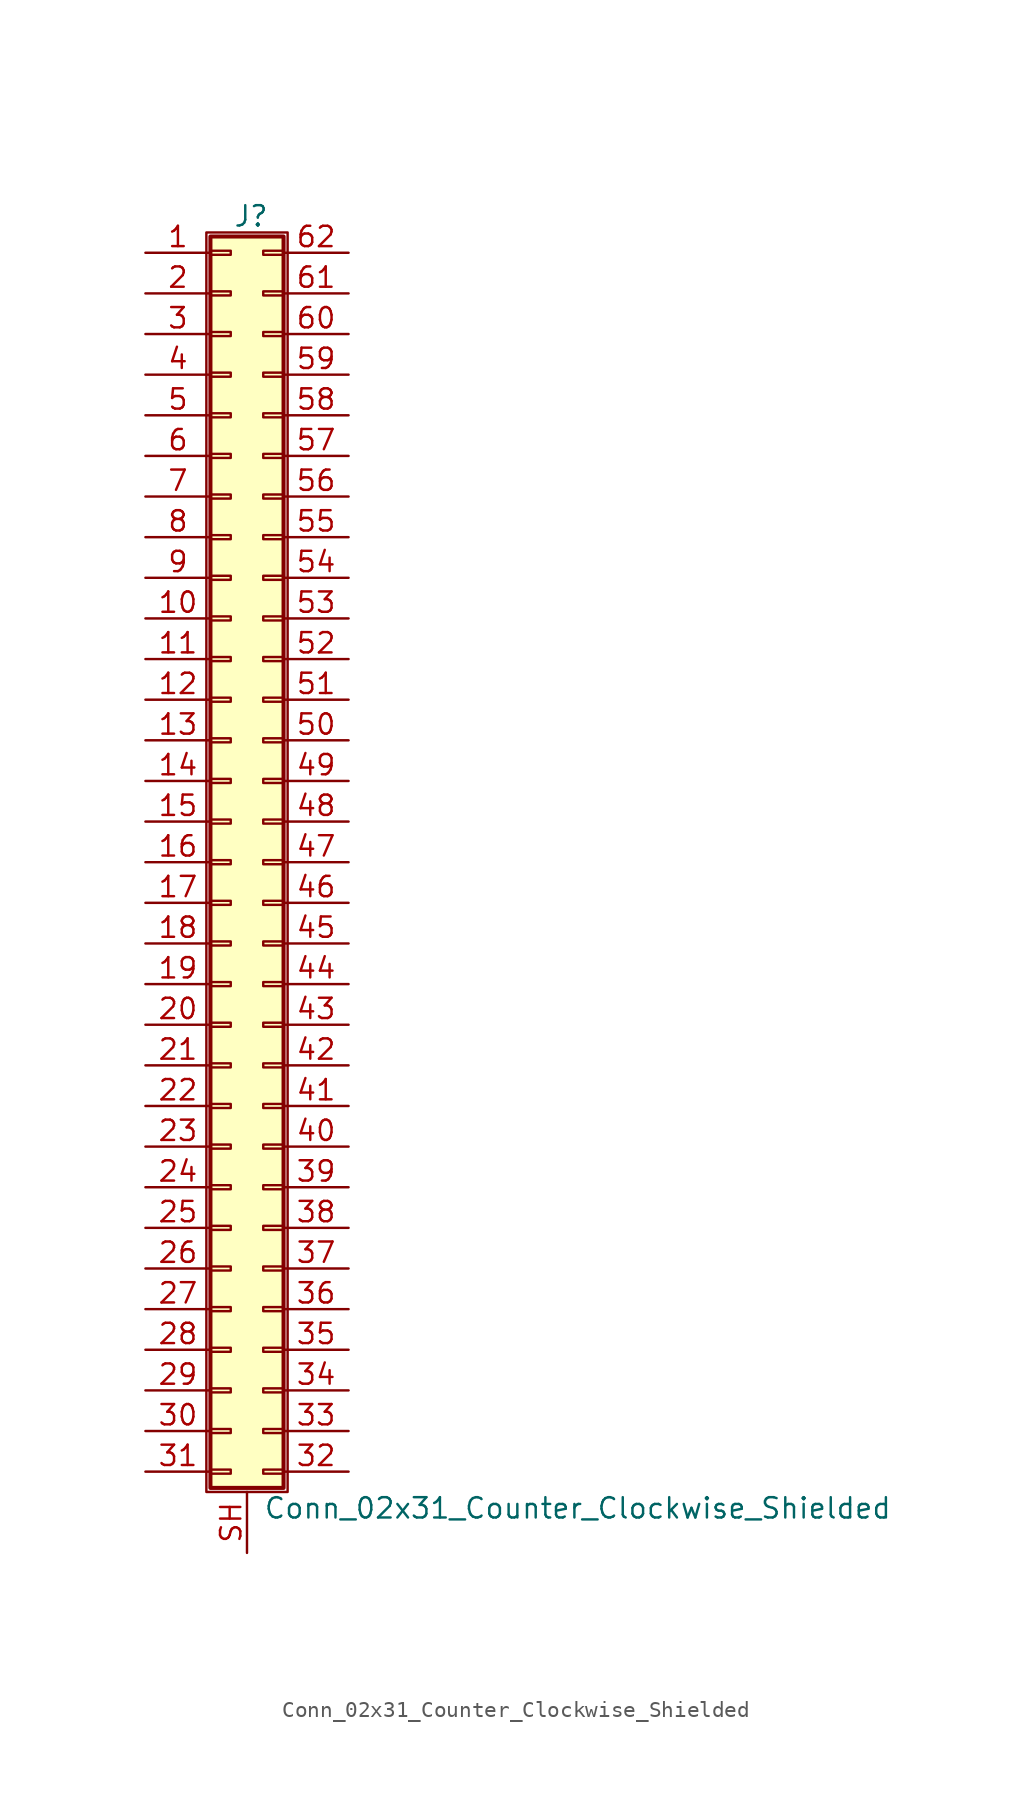
<source format=kicad_sym>
(kicad_symbol_lib
  (version 20201005)
  (generator kicad_symbol_editor)
  (symbol "Conn_02x31_Counter_Clockwise_Shielded"
    (pin_names
      (offset 1.016) hide)
    (property "Reference" "J"
      (at 1.524 40.386 0)
      (effects (font (size 1.27 1.27))))
    (property "Value" "Conn_02x31_Counter_Clockwise_Shielded"
      (at 2.286 -40.386 0)
      (effects (font (size 1.27 1.27)) (justify left)))
    (symbol "Conn_02x31_Counter_Clockwise_Shielded_1_1"
      (rectangle (start -1.27 39.37) (end 3.81 -39.37) (stroke (width 0.152)) (fill (type none)))
      (rectangle (start -1.016 -37.973) (end 0.254 -38.227) (stroke (width 0.152)) (fill (type none)))
      (rectangle (start -1.016 -35.433) (end 0.254 -35.687) (stroke (width 0.152)) (fill (type none)))
      (rectangle (start -1.016 -32.893) (end 0.254 -33.147) (stroke (width 0.152)) (fill (type none)))
      (rectangle (start -1.016 -30.353) (end 0.254 -30.607) (stroke (width 0.152)) (fill (type none)))
      (rectangle (start -1.016 -27.813) (end 0.254 -28.067) (stroke (width 0.152)) (fill (type none)))
      (rectangle (start -1.016 -25.273) (end 0.254 -25.527) (stroke (width 0.152)) (fill (type none)))
      (rectangle (start -1.016 -22.733) (end 0.254 -22.987) (stroke (width 0.152)) (fill (type none)))
      (rectangle (start -1.016 -20.193) (end 0.254 -20.447) (stroke (width 0.152)) (fill (type none)))
      (rectangle (start -1.016 -17.653) (end 0.254 -17.907) (stroke (width 0.152)) (fill (type none)))
      (rectangle (start -1.016 -15.113) (end 0.254 -15.367) (stroke (width 0.152)) (fill (type none)))
      (rectangle (start -1.016 -12.573) (end 0.254 -12.827) (stroke (width 0.152)) (fill (type none)))
      (rectangle (start -1.016 -10.033) (end 0.254 -10.287) (stroke (width 0.152)) (fill (type none)))
      (rectangle (start -1.016 -7.493) (end 0.254 -7.747) (stroke (width 0.152)) (fill (type none)))
      (rectangle (start -1.016 -4.953) (end 0.254 -5.207) (stroke (width 0.152)) (fill (type none)))
      (rectangle (start -1.016 -2.413) (end 0.254 -2.667) (stroke (width 0.152)) (fill (type none)))
      (rectangle (start -1.016 0.127) (end 0.254 -0.127) (stroke (width 0.152)) (fill (type none)))
      (rectangle (start -1.016 2.667) (end 0.254 2.413) (stroke (width 0.152)) (fill (type none)))
      (rectangle (start -1.016 5.207) (end 0.254 4.953) (stroke (width 0.152)) (fill (type none)))
      (rectangle (start -1.016 7.747) (end 0.254 7.493) (stroke (width 0.152)) (fill (type none)))
      (rectangle (start -1.016 10.287) (end 0.254 10.033) (stroke (width 0.152)) (fill (type none)))
      (rectangle (start -1.016 12.827) (end 0.254 12.573) (stroke (width 0.152)) (fill (type none)))
      (rectangle (start -1.016 15.367) (end 0.254 15.113) (stroke (width 0.152)) (fill (type none)))
      (rectangle (start -1.016 17.907) (end 0.254 17.653) (stroke (width 0.152)) (fill (type none)))
      (rectangle (start -1.016 20.447) (end 0.254 20.193) (stroke (width 0.152)) (fill (type none)))
      (rectangle (start -1.016 22.987) (end 0.254 22.733) (stroke (width 0.152)) (fill (type none)))
      (rectangle (start -1.016 25.527) (end 0.254 25.273) (stroke (width 0.152)) (fill (type none)))
      (rectangle (start -1.016 28.067) (end 0.254 27.813) (stroke (width 0.152)) (fill (type none)))
      (rectangle (start -1.016 30.607) (end 0.254 30.353) (stroke (width 0.152)) (fill (type none)))
      (rectangle (start -1.016 33.147) (end 0.254 32.893) (stroke (width 0.152)) (fill (type none)))
      (rectangle (start -1.016 35.687) (end 0.254 35.433) (stroke (width 0.152)) (fill (type none)))
      (rectangle (start -1.016 38.227) (end 0.254 37.973) (stroke (width 0.152)) (fill (type none)))
      (rectangle (start -1.016 39.116) (end 3.556 -39.116) (stroke (width 0.254)) (fill (type background)))
      (rectangle (start 3.556 -37.973) (end 2.286 -38.227) (stroke (width 0.152)) (fill (type none)))
      (rectangle (start 3.556 -35.433) (end 2.286 -35.687) (stroke (width 0.152)) (fill (type none)))
      (rectangle (start 3.556 -32.893) (end 2.286 -33.147) (stroke (width 0.152)) (fill (type none)))
      (rectangle (start 3.556 -30.353) (end 2.286 -30.607) (stroke (width 0.152)) (fill (type none)))
      (rectangle (start 3.556 -27.813) (end 2.286 -28.067) (stroke (width 0.152)) (fill (type none)))
      (rectangle (start 3.556 -25.273) (end 2.286 -25.527) (stroke (width 0.152)) (fill (type none)))
      (rectangle (start 3.556 -22.733) (end 2.286 -22.987) (stroke (width 0.152)) (fill (type none)))
      (rectangle (start 3.556 -20.193) (end 2.286 -20.447) (stroke (width 0.152)) (fill (type none)))
      (rectangle (start 3.556 -17.653) (end 2.286 -17.907) (stroke (width 0.152)) (fill (type none)))
      (rectangle (start 3.556 -15.113) (end 2.286 -15.367) (stroke (width 0.152)) (fill (type none)))
      (rectangle (start 3.556 -12.573) (end 2.286 -12.827) (stroke (width 0.152)) (fill (type none)))
      (rectangle (start 3.556 -10.033) (end 2.286 -10.287) (stroke (width 0.152)) (fill (type none)))
      (rectangle (start 3.556 -7.493) (end 2.286 -7.747) (stroke (width 0.152)) (fill (type none)))
      (rectangle (start 3.556 -4.953) (end 2.286 -5.207) (stroke (width 0.152)) (fill (type none)))
      (rectangle (start 3.556 -2.413) (end 2.286 -2.667) (stroke (width 0.152)) (fill (type none)))
      (rectangle (start 3.556 0.127) (end 2.286 -0.127) (stroke (width 0.152)) (fill (type none)))
      (rectangle (start 3.556 2.667) (end 2.286 2.413) (stroke (width 0.152)) (fill (type none)))
      (rectangle (start 3.556 5.207) (end 2.286 4.953) (stroke (width 0.152)) (fill (type none)))
      (rectangle (start 3.556 7.747) (end 2.286 7.493) (stroke (width 0.152)) (fill (type none)))
      (rectangle (start 3.556 10.287) (end 2.286 10.033) (stroke (width 0.152)) (fill (type none)))
      (rectangle (start 3.556 12.827) (end 2.286 12.573) (stroke (width 0.152)) (fill (type none)))
      (rectangle (start 3.556 15.367) (end 2.286 15.113) (stroke (width 0.152)) (fill (type none)))
      (rectangle (start 3.556 17.907) (end 2.286 17.653) (stroke (width 0.152)) (fill (type none)))
      (rectangle (start 3.556 20.447) (end 2.286 20.193) (stroke (width 0.152)) (fill (type none)))
      (rectangle (start 3.556 22.987) (end 2.286 22.733) (stroke (width 0.152)) (fill (type none)))
      (rectangle (start 3.556 25.527) (end 2.286 25.273) (stroke (width 0.152)) (fill (type none)))
      (rectangle (start 3.556 28.067) (end 2.286 27.813) (stroke (width 0.152)) (fill (type none)))
      (rectangle (start 3.556 30.607) (end 2.286 30.353) (stroke (width 0.152)) (fill (type none)))
      (rectangle (start 3.556 33.147) (end 2.286 32.893) (stroke (width 0.152)) (fill (type none)))
      (rectangle (start 3.556 35.687) (end 2.286 35.433) (stroke (width 0.152)) (fill (type none)))
      (rectangle (start 3.556 38.227) (end 2.286 37.973) (stroke (width 0.152)) (fill (type none)))
      (pin passive line (at -5.08 38.1 0) (length 4.064) (name "Pin_1" (effects (font (size 1.27 1.27)))) (number "1" (effects (font (size 1.27 1.27)))))
      (pin passive line (at -5.08 15.24 0) (length 4.064) (name "Pin_10" (effects (font (size 1.27 1.27)))) (number "10" (effects (font (size 1.27 1.27)))))
      (pin passive line (at -5.08 12.7 0) (length 4.064) (name "Pin_11" (effects (font (size 1.27 1.27)))) (number "11" (effects (font (size 1.27 1.27)))))
      (pin passive line (at -5.08 10.16 0) (length 4.064) (name "Pin_12" (effects (font (size 1.27 1.27)))) (number "12" (effects (font (size 1.27 1.27)))))
      (pin passive line (at -5.08 7.62 0) (length 4.064) (name "Pin_13" (effects (font (size 1.27 1.27)))) (number "13" (effects (font (size 1.27 1.27)))))
      (pin passive line (at -5.08 5.08 0) (length 4.064) (name "Pin_14" (effects (font (size 1.27 1.27)))) (number "14" (effects (font (size 1.27 1.27)))))
      (pin passive line (at -5.08 2.54 0) (length 4.064) (name "Pin_15" (effects (font (size 1.27 1.27)))) (number "15" (effects (font (size 1.27 1.27)))))
      (pin passive line (at -5.08 0 0) (length 4.064) (name "Pin_16" (effects (font (size 1.27 1.27)))) (number "16" (effects (font (size 1.27 1.27)))))
      (pin passive line (at -5.08 -2.54 0) (length 4.064) (name "Pin_17" (effects (font (size 1.27 1.27)))) (number "17" (effects (font (size 1.27 1.27)))))
      (pin passive line (at -5.08 -5.08 0) (length 4.064) (name "Pin_18" (effects (font (size 1.27 1.27)))) (number "18" (effects (font (size 1.27 1.27)))))
      (pin passive line (at -5.08 -7.62 0) (length 4.064) (name "Pin_19" (effects (font (size 1.27 1.27)))) (number "19" (effects (font (size 1.27 1.27)))))
      (pin passive line (at -5.08 35.56 0) (length 4.064) (name "Pin_2" (effects (font (size 1.27 1.27)))) (number "2" (effects (font (size 1.27 1.27)))))
      (pin passive line (at -5.08 -10.16 0) (length 4.064) (name "Pin_20" (effects (font (size 1.27 1.27)))) (number "20" (effects (font (size 1.27 1.27)))))
      (pin passive line (at -5.08 -12.7 0) (length 4.064) (name "Pin_21" (effects (font (size 1.27 1.27)))) (number "21" (effects (font (size 1.27 1.27)))))
      (pin passive line (at -5.08 -15.24 0) (length 4.064) (name "Pin_22" (effects (font (size 1.27 1.27)))) (number "22" (effects (font (size 1.27 1.27)))))
      (pin passive line (at -5.08 -17.78 0) (length 4.064) (name "Pin_23" (effects (font (size 1.27 1.27)))) (number "23" (effects (font (size 1.27 1.27)))))
      (pin passive line (at -5.08 -20.32 0) (length 4.064) (name "Pin_24" (effects (font (size 1.27 1.27)))) (number "24" (effects (font (size 1.27 1.27)))))
      (pin passive line (at -5.08 -22.86 0) (length 4.064) (name "Pin_25" (effects (font (size 1.27 1.27)))) (number "25" (effects (font (size 1.27 1.27)))))
      (pin passive line (at -5.08 -25.4 0) (length 4.064) (name "Pin_26" (effects (font (size 1.27 1.27)))) (number "26" (effects (font (size 1.27 1.27)))))
      (pin passive line (at -5.08 -27.94 0) (length 4.064) (name "Pin_27" (effects (font (size 1.27 1.27)))) (number "27" (effects (font (size 1.27 1.27)))))
      (pin passive line (at -5.08 -30.48 0) (length 4.064) (name "Pin_28" (effects (font (size 1.27 1.27)))) (number "28" (effects (font (size 1.27 1.27)))))
      (pin passive line (at -5.08 -33.02 0) (length 4.064) (name "Pin_29" (effects (font (size 1.27 1.27)))) (number "29" (effects (font (size 1.27 1.27)))))
      (pin passive line (at -5.08 33.02 0) (length 4.064) (name "Pin_3" (effects (font (size 1.27 1.27)))) (number "3" (effects (font (size 1.27 1.27)))))
      (pin passive line (at -5.08 -35.56 0) (length 4.064) (name "Pin_30" (effects (font (size 1.27 1.27)))) (number "30" (effects (font (size 1.27 1.27)))))
      (pin passive line (at -5.08 -38.1 0) (length 4.064) (name "Pin_31" (effects (font (size 1.27 1.27)))) (number "31" (effects (font (size 1.27 1.27)))))
      (pin passive line (at 7.62 -38.1 180) (length 4.064) (name "Pin_32" (effects (font (size 1.27 1.27)))) (number "32" (effects (font (size 1.27 1.27)))))
      (pin passive line (at 7.62 -35.56 180) (length 4.064) (name "Pin_33" (effects (font (size 1.27 1.27)))) (number "33" (effects (font (size 1.27 1.27)))))
      (pin passive line (at 7.62 -33.02 180) (length 4.064) (name "Pin_34" (effects (font (size 1.27 1.27)))) (number "34" (effects (font (size 1.27 1.27)))))
      (pin passive line (at 7.62 -30.48 180) (length 4.064) (name "Pin_35" (effects (font (size 1.27 1.27)))) (number "35" (effects (font (size 1.27 1.27)))))
      (pin passive line (at 7.62 -27.94 180) (length 4.064) (name "Pin_36" (effects (font (size 1.27 1.27)))) (number "36" (effects (font (size 1.27 1.27)))))
      (pin passive line (at 7.62 -25.4 180) (length 4.064) (name "Pin_37" (effects (font (size 1.27 1.27)))) (number "37" (effects (font (size 1.27 1.27)))))
      (pin passive line (at 7.62 -22.86 180) (length 4.064) (name "Pin_38" (effects (font (size 1.27 1.27)))) (number "38" (effects (font (size 1.27 1.27)))))
      (pin passive line (at 7.62 -20.32 180) (length 4.064) (name "Pin_39" (effects (font (size 1.27 1.27)))) (number "39" (effects (font (size 1.27 1.27)))))
      (pin passive line (at -5.08 30.48 0) (length 4.064) (name "Pin_4" (effects (font (size 1.27 1.27)))) (number "4" (effects (font (size 1.27 1.27)))))
      (pin passive line (at 7.62 -17.78 180) (length 4.064) (name "Pin_40" (effects (font (size 1.27 1.27)))) (number "40" (effects (font (size 1.27 1.27)))))
      (pin passive line (at 7.62 -15.24 180) (length 4.064) (name "Pin_41" (effects (font (size 1.27 1.27)))) (number "41" (effects (font (size 1.27 1.27)))))
      (pin passive line (at 7.62 -12.7 180) (length 4.064) (name "Pin_42" (effects (font (size 1.27 1.27)))) (number "42" (effects (font (size 1.27 1.27)))))
      (pin passive line (at 7.62 -10.16 180) (length 4.064) (name "Pin_43" (effects (font (size 1.27 1.27)))) (number "43" (effects (font (size 1.27 1.27)))))
      (pin passive line (at 7.62 -7.62 180) (length 4.064) (name "Pin_44" (effects (font (size 1.27 1.27)))) (number "44" (effects (font (size 1.27 1.27)))))
      (pin passive line (at 7.62 -5.08 180) (length 4.064) (name "Pin_45" (effects (font (size 1.27 1.27)))) (number "45" (effects (font (size 1.27 1.27)))))
      (pin passive line (at 7.62 -2.54 180) (length 4.064) (name "Pin_46" (effects (font (size 1.27 1.27)))) (number "46" (effects (font (size 1.27 1.27)))))
      (pin passive line (at 7.62 0 180) (length 4.064) (name "Pin_47" (effects (font (size 1.27 1.27)))) (number "47" (effects (font (size 1.27 1.27)))))
      (pin passive line (at 7.62 2.54 180) (length 4.064) (name "Pin_48" (effects (font (size 1.27 1.27)))) (number "48" (effects (font (size 1.27 1.27)))))
      (pin passive line (at 7.62 5.08 180) (length 4.064) (name "Pin_49" (effects (font (size 1.27 1.27)))) (number "49" (effects (font (size 1.27 1.27)))))
      (pin passive line (at -5.08 27.94 0) (length 4.064) (name "Pin_5" (effects (font (size 1.27 1.27)))) (number "5" (effects (font (size 1.27 1.27)))))
      (pin passive line (at 7.62 7.62 180) (length 4.064) (name "Pin_50" (effects (font (size 1.27 1.27)))) (number "50" (effects (font (size 1.27 1.27)))))
      (pin passive line (at 7.62 10.16 180) (length 4.064) (name "Pin_51" (effects (font (size 1.27 1.27)))) (number "51" (effects (font (size 1.27 1.27)))))
      (pin passive line (at 7.62 12.7 180) (length 4.064) (name "Pin_52" (effects (font (size 1.27 1.27)))) (number "52" (effects (font (size 1.27 1.27)))))
      (pin passive line (at 7.62 15.24 180) (length 4.064) (name "Pin_53" (effects (font (size 1.27 1.27)))) (number "53" (effects (font (size 1.27 1.27)))))
      (pin passive line (at 7.62 17.78 180) (length 4.064) (name "Pin_54" (effects (font (size 1.27 1.27)))) (number "54" (effects (font (size 1.27 1.27)))))
      (pin passive line (at 7.62 20.32 180) (length 4.064) (name "Pin_55" (effects (font (size 1.27 1.27)))) (number "55" (effects (font (size 1.27 1.27)))))
      (pin passive line (at 7.62 22.86 180) (length 4.064) (name "Pin_56" (effects (font (size 1.27 1.27)))) (number "56" (effects (font (size 1.27 1.27)))))
      (pin passive line (at 7.62 25.4 180) (length 4.064) (name "Pin_57" (effects (font (size 1.27 1.27)))) (number "57" (effects (font (size 1.27 1.27)))))
      (pin passive line (at 7.62 27.94 180) (length 4.064) (name "Pin_58" (effects (font (size 1.27 1.27)))) (number "58" (effects (font (size 1.27 1.27)))))
      (pin passive line (at 7.62 30.48 180) (length 4.064) (name "Pin_59" (effects (font (size 1.27 1.27)))) (number "59" (effects (font (size 1.27 1.27)))))
      (pin passive line (at -5.08 25.4 0) (length 4.064) (name "Pin_6" (effects (font (size 1.27 1.27)))) (number "6" (effects (font (size 1.27 1.27)))))
      (pin passive line (at 7.62 33.02 180) (length 4.064) (name "Pin_60" (effects (font (size 1.27 1.27)))) (number "60" (effects (font (size 1.27 1.27)))))
      (pin passive line (at 7.62 35.56 180) (length 4.064) (name "Pin_61" (effects (font (size 1.27 1.27)))) (number "61" (effects (font (size 1.27 1.27)))))
      (pin passive line (at 7.62 38.1 180) (length 4.064) (name "Pin_62" (effects (font (size 1.27 1.27)))) (number "62" (effects (font (size 1.27 1.27)))))
      (pin passive line (at -5.08 22.86 0) (length 4.064) (name "Pin_7" (effects (font (size 1.27 1.27)))) (number "7" (effects (font (size 1.27 1.27)))))
      (pin passive line (at -5.08 20.32 0) (length 4.064) (name "Pin_8" (effects (font (size 1.27 1.27)))) (number "8" (effects (font (size 1.27 1.27)))))
      (pin passive line (at -5.08 17.78 0) (length 4.064) (name "Pin_9" (effects (font (size 1.27 1.27)))) (number "9" (effects (font (size 1.27 1.27)))))
      (pin passive line (at 1.27 -43.18 90) (length 3.81) (name "Shield" (effects (font (size 1.27 1.27)))) (number "SH" (effects (font (size 1.27 1.27))))))))
</source>
